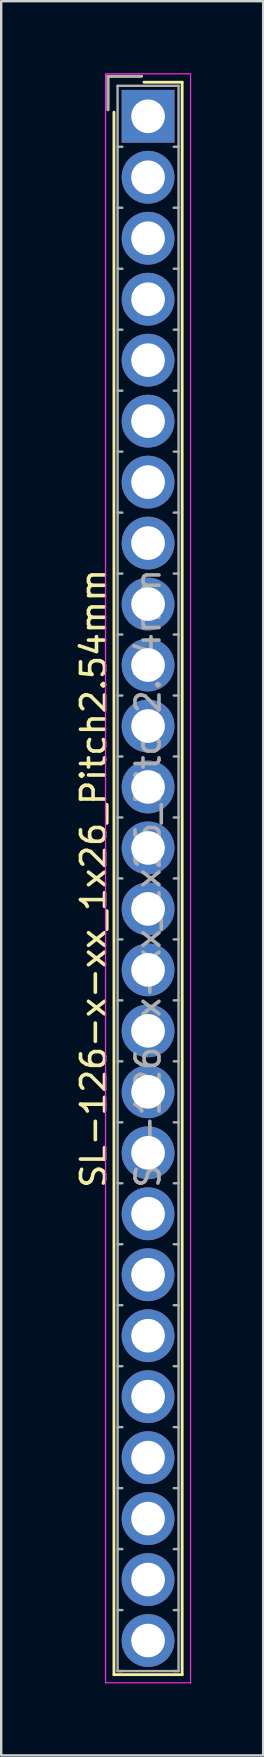
<source format=kicad_pcb>
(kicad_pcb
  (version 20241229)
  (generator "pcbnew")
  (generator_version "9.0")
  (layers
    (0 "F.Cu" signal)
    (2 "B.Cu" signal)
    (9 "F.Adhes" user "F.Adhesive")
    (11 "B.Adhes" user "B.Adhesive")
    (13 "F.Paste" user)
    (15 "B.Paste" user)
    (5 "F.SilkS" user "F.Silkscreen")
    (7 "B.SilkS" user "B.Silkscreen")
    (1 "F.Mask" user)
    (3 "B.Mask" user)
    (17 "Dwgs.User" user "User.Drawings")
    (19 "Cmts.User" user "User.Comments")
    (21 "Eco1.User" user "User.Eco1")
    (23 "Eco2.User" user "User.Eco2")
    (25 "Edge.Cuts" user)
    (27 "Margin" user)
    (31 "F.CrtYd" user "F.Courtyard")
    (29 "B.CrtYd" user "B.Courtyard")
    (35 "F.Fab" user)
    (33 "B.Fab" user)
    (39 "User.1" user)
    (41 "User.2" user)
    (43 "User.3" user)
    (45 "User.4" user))
  (footprint "SL-126-x-xx_1x26_Pitch2.54mm"
    (layer "F.Cu")
    (at 3.118 1.795)
    (property "Reference" "SL-126-x-xx_1x26_Pitch2.54mm" (at -2.27 31.75 90) (layer "F.SilkS") (effects (font (size 1 1) (thickness 0.15))))
    (attr through_hole)
    (fp_line (start -1.67 -1.67) (end -1.67 -0.27) (stroke (width 0.12) (type solid)) (layer "F.SilkS"))
    (fp_line (start -1.42 64.92) (end -1.42 -0.17) (stroke (width 0.12) (type solid)) (layer "F.SilkS"))
    (fp_line (start -0.27 -1.67) (end -1.67 -1.67) (stroke (width 0.12) (type solid)) (layer "F.SilkS"))
    (fp_line (start -0.17 -1.42) (end 1.42 -1.42) (stroke (width 0.12) (type solid)) (layer "F.SilkS"))
    (fp_line (start 1.42 -1.42) (end 1.42 64.92) (stroke (width 0.12) (type solid)) (layer "F.SilkS"))
    (fp_line (start 1.42 64.92) (end -1.42 64.92) (stroke (width 0.12) (type solid)) (layer "F.SilkS"))
    (fp_line (start -1.77 -1.77) (end -1.77 65.26) (stroke (width 0.05) (type solid)) (layer "F.CrtYd"))
    (fp_line (start -1.77 65.26) (end 1.77 65.26) (stroke (width 0.05) (type solid)) (layer "F.CrtYd"))
    (fp_line (start 1.77 -1.77) (end -1.77 -1.77) (stroke (width 0.05) (type solid)) (layer "F.CrtYd"))
    (fp_line (start 1.77 65.26) (end 1.77 -1.77) (stroke (width 0.05) (type solid)) (layer "F.CrtYd"))
    (fp_line (start -1.67 -1.67) (end -1.67 -0.27) (stroke (width 0.1) (type solid)) (layer "F.Fab"))
    (fp_line (start -1.27 -1.27) (end -1.27 64.77) (stroke (width 0.1) (type solid)) (layer "F.Fab"))
    (fp_line (start -1.27 1.27) (end -1.07 1.27) (stroke (width 0.1) (type solid)) (layer "F.Fab"))
    (fp_line (start -1.27 3.81) (end -1.07 3.81) (stroke (width 0.1) (type solid)) (layer "F.Fab"))
    (fp_line (start -1.27 6.35) (end -1.07 6.35) (stroke (width 0.1) (type solid)) (layer "F.Fab"))
    (fp_line (start -1.27 8.89) (end -1.07 8.89) (stroke (width 0.1) (type solid)) (layer "F.Fab"))
    (fp_line (start -1.27 11.43) (end -1.07 11.43) (stroke (width 0.1) (type solid)) (layer "F.Fab"))
    (fp_line (start -1.27 13.97) (end -1.07 13.97) (stroke (width 0.1) (type solid)) (layer "F.Fab"))
    (fp_line (start -1.27 16.51) (end -1.07 16.51) (stroke (width 0.1) (type solid)) (layer "F.Fab"))
    (fp_line (start -1.27 19.05) (end -1.07 19.05) (stroke (width 0.1) (type solid)) (layer "F.Fab"))
    (fp_line (start -1.27 21.59) (end -1.07 21.59) (stroke (width 0.1) (type solid)) (layer "F.Fab"))
    (fp_line (start -1.27 24.13) (end -1.07 24.13) (stroke (width 0.1) (type solid)) (layer "F.Fab"))
    (fp_line (start -1.27 26.67) (end -1.07 26.67) (stroke (width 0.1) (type solid)) (layer "F.Fab"))
    (fp_line (start -1.27 29.21) (end -1.07 29.21) (stroke (width 0.1) (type solid)) (layer "F.Fab"))
    (fp_line (start -1.27 31.75) (end -1.07 31.75) (stroke (width 0.1) (type solid)) (layer "F.Fab"))
    (fp_line (start -1.27 34.29) (end -1.07 34.29) (stroke (width 0.1) (type solid)) (layer "F.Fab"))
    (fp_line (start -1.27 36.83) (end -1.07 36.83) (stroke (width 0.1) (type solid)) (layer "F.Fab"))
    (fp_line (start -1.27 39.37) (end -1.07 39.37) (stroke (width 0.1) (type solid)) (layer "F.Fab"))
    (fp_line (start -1.27 41.91) (end -1.07 41.91) (stroke (width 0.1) (type solid)) (layer "F.Fab"))
    (fp_line (start -1.27 44.45) (end -1.07 44.45) (stroke (width 0.1) (type solid)) (layer "F.Fab"))
    (fp_line (start -1.27 46.99) (end -1.07 46.99) (stroke (width 0.1) (type solid)) (layer "F.Fab"))
    (fp_line (start -1.27 49.53) (end -1.07 49.53) (stroke (width 0.1) (type solid)) (layer "F.Fab"))
    (fp_line (start -1.27 52.07) (end -1.07 52.07) (stroke (width 0.1) (type solid)) (layer "F.Fab"))
    (fp_line (start -1.27 54.61) (end -1.07 54.61) (stroke (width 0.1) (type solid)) (layer "F.Fab"))
    (fp_line (start -1.27 57.15) (end -1.07 57.15) (stroke (width 0.1) (type solid)) (layer "F.Fab"))
    (fp_line (start -1.27 59.69) (end -1.07 59.69) (stroke (width 0.1) (type solid)) (layer "F.Fab"))
    (fp_line (start -1.27 62.23) (end -1.07 62.23) (stroke (width 0.1) (type solid)) (layer "F.Fab"))
    (fp_line (start -1.27 64.77) (end -1.07 64.77) (stroke (width 0.1) (type solid)) (layer "F.Fab"))
    (fp_line (start -1.27 64.77) (end 1.27 64.77) (stroke (width 0.1) (type solid)) (layer "F.Fab"))
    (fp_line (start -0.27 -1.67) (end -1.67 -1.67) (stroke (width 0.1) (type solid)) (layer "F.Fab"))
    (fp_line (start 1.27 -1.27) (end -1.27 -1.27) (stroke (width 0.1) (type solid)) (layer "F.Fab"))
    (fp_line (start 1.27 1.27) (end 1.07 1.27) (stroke (width 0.1) (type solid)) (layer "F.Fab"))
    (fp_line (start 1.27 3.81) (end 1.07 3.81) (stroke (width 0.1) (type solid)) (layer "F.Fab"))
    (fp_line (start 1.27 6.35) (end 1.07 6.35) (stroke (width 0.1) (type solid)) (layer "F.Fab"))
    (fp_line (start 1.27 8.89) (end 1.07 8.89) (stroke (width 0.1) (type solid)) (layer "F.Fab"))
    (fp_line (start 1.27 11.43) (end 1.07 11.43) (stroke (width 0.1) (type solid)) (layer "F.Fab"))
    (fp_line (start 1.27 13.97) (end 1.07 13.97) (stroke (width 0.1) (type solid)) (layer "F.Fab"))
    (fp_line (start 1.27 16.51) (end 1.07 16.51) (stroke (width 0.1) (type solid)) (layer "F.Fab"))
    (fp_line (start 1.27 19.05) (end 1.07 19.05) (stroke (width 0.1) (type solid)) (layer "F.Fab"))
    (fp_line (start 1.27 21.59) (end 1.07 21.59) (stroke (width 0.1) (type solid)) (layer "F.Fab"))
    (fp_line (start 1.27 24.13) (end 1.07 24.13) (stroke (width 0.1) (type solid)) (layer "F.Fab"))
    (fp_line (start 1.27 26.67) (end 1.07 26.67) (stroke (width 0.1) (type solid)) (layer "F.Fab"))
    (fp_line (start 1.27 29.21) (end 1.07 29.21) (stroke (width 0.1) (type solid)) (layer "F.Fab"))
    (fp_line (start 1.27 31.75) (end 1.07 31.75) (stroke (width 0.1) (type solid)) (layer "F.Fab"))
    (fp_line (start 1.27 34.29) (end 1.07 34.29) (stroke (width 0.1) (type solid)) (layer "F.Fab"))
    (fp_line (start 1.27 36.83) (end 1.07 36.83) (stroke (width 0.1) (type solid)) (layer "F.Fab"))
    (fp_line (start 1.27 39.37) (end 1.07 39.37) (stroke (width 0.1) (type solid)) (layer "F.Fab"))
    (fp_line (start 1.27 41.91) (end 1.07 41.91) (stroke (width 0.1) (type solid)) (layer "F.Fab"))
    (fp_line (start 1.27 44.45) (end 1.07 44.45) (stroke (width 0.1) (type solid)) (layer "F.Fab"))
    (fp_line (start 1.27 46.99) (end 1.07 46.99) (stroke (width 0.1) (type solid)) (layer "F.Fab"))
    (fp_line (start 1.27 49.53) (end 1.07 49.53) (stroke (width 0.1) (type solid)) (layer "F.Fab"))
    (fp_line (start 1.27 52.07) (end 1.07 52.07) (stroke (width 0.1) (type solid)) (layer "F.Fab"))
    (fp_line (start 1.27 54.61) (end 1.07 54.61) (stroke (width 0.1) (type solid)) (layer "F.Fab"))
    (fp_line (start 1.27 57.15) (end 1.07 57.15) (stroke (width 0.1) (type solid)) (layer "F.Fab"))
    (fp_line (start 1.27 59.69) (end 1.07 59.69) (stroke (width 0.1) (type solid)) (layer "F.Fab"))
    (fp_line (start 1.27 62.23) (end 1.07 62.23) (stroke (width 0.1) (type solid)) (layer "F.Fab"))
    (fp_line (start 1.27 64.77) (end 1.07 64.77) (stroke (width 0.1) (type solid)) (layer "F.Fab"))
    (fp_line (start 1.27 64.77) (end 1.27 -1.27) (stroke (width 0.1) (type solid)) (layer "F.Fab"))
    (fp_text user "${REFERENCE}" (at 0 31.75 90) (layer "F.Fab") (effects (font (size 1 1) (thickness 0.15))))
    (pad "1" thru_hole rect (at 0 0) (size 2.2 2.2) (drill 1.4) (layers "*.Cu" "*.Mask"))
    (pad "2" thru_hole circle (at 0 2.54) (size 2.2 2.2) (drill 1.4) (layers "*.Cu" "*.Mask"))
    (pad "3" thru_hole circle (at 0 5.08) (size 2.2 2.2) (drill 1.4) (layers "*.Cu" "*.Mask"))
    (pad "4" thru_hole circle (at 0 7.62) (size 2.2 2.2) (drill 1.4) (layers "*.Cu" "*.Mask"))
    (pad "5" thru_hole circle (at 0 10.16) (size 2.2 2.2) (drill 1.4) (layers "*.Cu" "*.Mask"))
    (pad "6" thru_hole circle (at 0 12.7) (size 2.2 2.2) (drill 1.4) (layers "*.Cu" "*.Mask"))
    (pad "7" thru_hole circle (at 0 15.24) (size 2.2 2.2) (drill 1.4) (layers "*.Cu" "*.Mask"))
    (pad "8" thru_hole circle (at 0 17.78) (size 2.2 2.2) (drill 1.4) (layers "*.Cu" "*.Mask"))
    (pad "9" thru_hole circle (at 0 20.32) (size 2.2 2.2) (drill 1.4) (layers "*.Cu" "*.Mask"))
    (pad "10" thru_hole circle (at 0 22.86) (size 2.2 2.2) (drill 1.4) (layers "*.Cu" "*.Mask"))
    (pad "11" thru_hole circle (at 0 25.4) (size 2.2 2.2) (drill 1.4) (layers "*.Cu" "*.Mask"))
    (pad "12" thru_hole circle (at 0 27.94) (size 2.2 2.2) (drill 1.4) (layers "*.Cu" "*.Mask"))
    (pad "13" thru_hole circle (at 0 30.48) (size 2.2 2.2) (drill 1.4) (layers "*.Cu" "*.Mask"))
    (pad "14" thru_hole circle (at 0 33.02) (size 2.2 2.2) (drill 1.4) (layers "*.Cu" "*.Mask"))
    (pad "15" thru_hole circle (at 0 35.56) (size 2.2 2.2) (drill 1.4) (layers "*.Cu" "*.Mask"))
    (pad "16" thru_hole circle (at 0 38.1) (size 2.2 2.2) (drill 1.4) (layers "*.Cu" "*.Mask"))
    (pad "17" thru_hole circle (at 0 40.64) (size 2.2 2.2) (drill 1.4) (layers "*.Cu" "*.Mask"))
    (pad "18" thru_hole circle (at 0 43.18) (size 2.2 2.2) (drill 1.4) (layers "*.Cu" "*.Mask"))
    (pad "19" thru_hole circle (at 0 45.72) (size 2.2 2.2) (drill 1.4) (layers "*.Cu" "*.Mask"))
    (pad "20" thru_hole circle (at 0 48.26) (size 2.2 2.2) (drill 1.4) (layers "*.Cu" "*.Mask"))
    (pad "21" thru_hole circle (at 0 50.8) (size 2.2 2.2) (drill 1.4) (layers "*.Cu" "*.Mask"))
    (pad "22" thru_hole circle (at 0 53.34) (size 2.2 2.2) (drill 1.4) (layers "*.Cu" "*.Mask"))
    (pad "23" thru_hole circle (at 0 55.88) (size 2.2 2.2) (drill 1.4) (layers "*.Cu" "*.Mask"))
    (pad "24" thru_hole circle (at 0 58.42) (size 2.2 2.2) (drill 1.4) (layers "*.Cu" "*.Mask"))
    (pad "25" thru_hole circle (at 0 60.96) (size 2.2 2.2) (drill 1.4) (layers "*.Cu" "*.Mask"))
    (pad "26" thru_hole circle (at 0 63.5) (size 2.2 2.2) (drill 1.4) (layers "*.Cu" "*.Mask")))
  (gr_rect
    (start -3 -3)
    (end 7.913 70.08)
    (stroke (width 0.1) (type default))
    (fill no)
    (layer "Edge.Cuts")))
</source>
